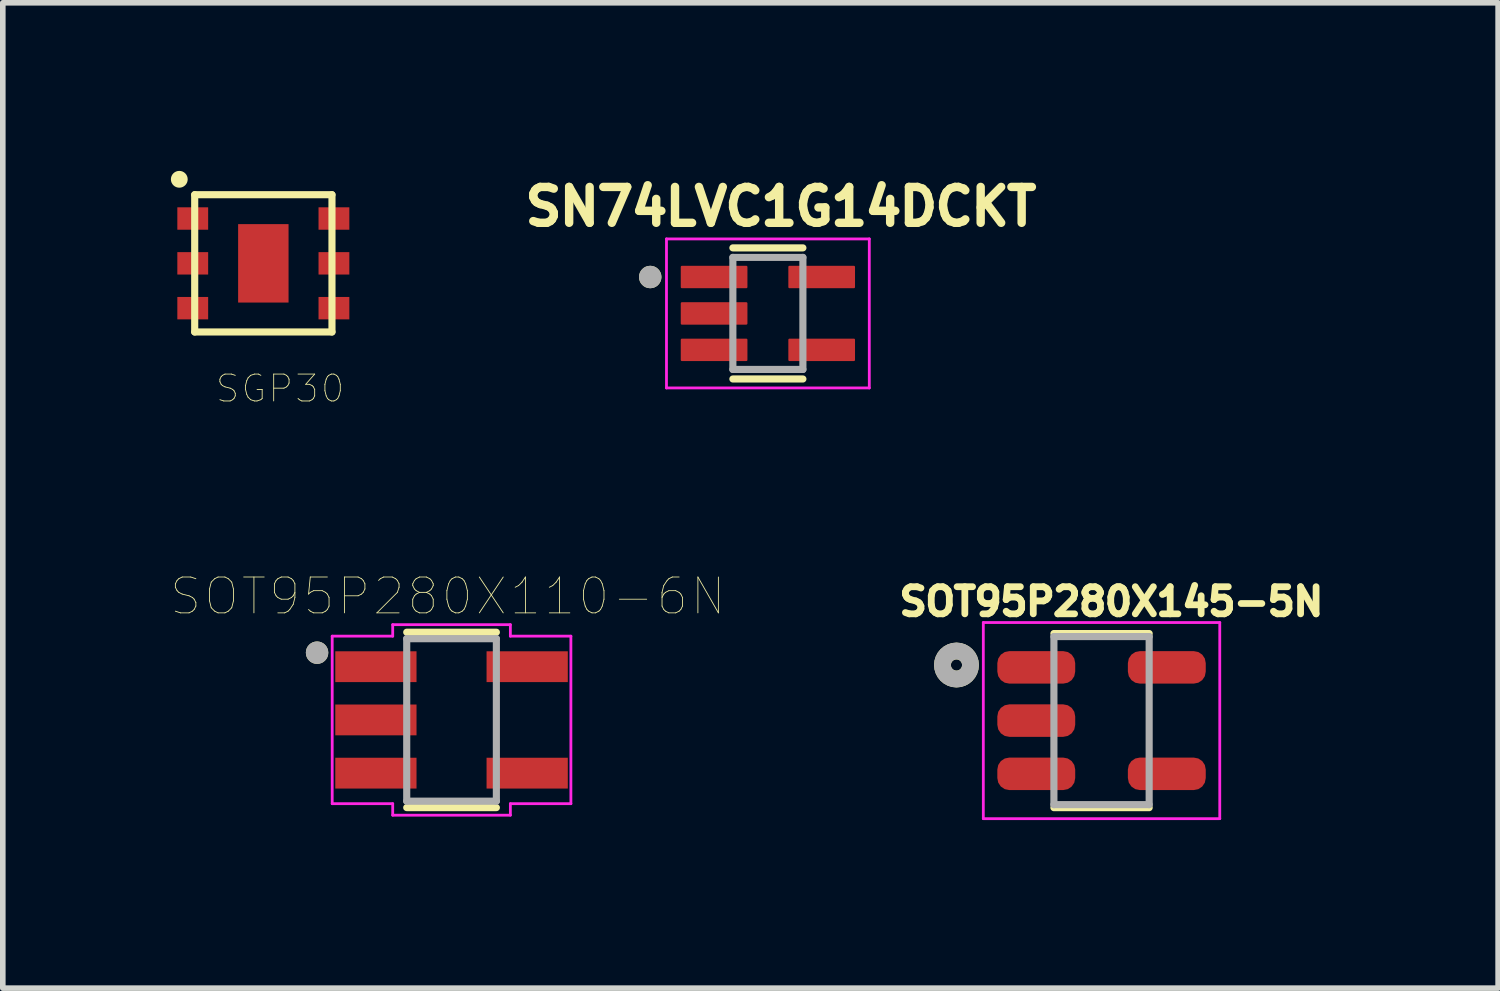
<source format=kicad_pcb>
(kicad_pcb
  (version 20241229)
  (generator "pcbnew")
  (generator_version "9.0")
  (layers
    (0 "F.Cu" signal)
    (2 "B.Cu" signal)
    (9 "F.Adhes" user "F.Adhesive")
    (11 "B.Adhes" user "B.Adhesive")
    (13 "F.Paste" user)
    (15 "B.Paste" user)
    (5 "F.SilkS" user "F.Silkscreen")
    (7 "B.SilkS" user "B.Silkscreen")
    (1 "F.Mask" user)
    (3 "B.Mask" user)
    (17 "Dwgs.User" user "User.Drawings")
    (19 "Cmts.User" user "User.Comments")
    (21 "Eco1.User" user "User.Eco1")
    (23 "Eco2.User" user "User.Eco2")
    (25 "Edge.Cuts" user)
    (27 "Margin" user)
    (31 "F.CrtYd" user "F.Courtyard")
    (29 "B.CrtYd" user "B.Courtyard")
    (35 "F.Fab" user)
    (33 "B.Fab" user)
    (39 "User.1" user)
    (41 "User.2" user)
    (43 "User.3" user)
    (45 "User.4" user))
  (footprint "SOT95P280X145-5N"
    (layer "F.Cu")
    (at 16.61 9.811)
    (property "Reference" "SOT95P280X145-5N" (at 0.176 -2.123 0) (layer "F.SilkS") (effects (font (size 0.484 0.484) (thickness 0.15))))
    (attr through_hole)
    (fp_line (start -0.85 1.554) (end 0.85 1.554) (stroke (width 0.127) (type solid)) (layer "F.SilkS"))
    (fp_line (start 0.85 -1.554) (end -0.85 -1.554) (stroke (width 0.127) (type solid)) (layer "F.SilkS"))
    (fp_circle (center -2.589 -0.992) (end -2.489 -0.992) (stroke (width 0.3) (type solid)) (fill no) (layer "F.SilkS"))
    (fp_line (start -2.11 -1.75) (end -2.11 1.75) (stroke (width 0.05) (type solid)) (layer "F.CrtYd"))
    (fp_line (start -2.11 1.75) (end 2.11 1.75) (stroke (width 0.05) (type solid)) (layer "F.CrtYd"))
    (fp_line (start 2.11 -1.75) (end -2.11 -1.75) (stroke (width 0.05) (type solid)) (layer "F.CrtYd"))
    (fp_line (start 2.11 1.75) (end 2.11 -1.75) (stroke (width 0.05) (type solid)) (layer "F.CrtYd"))
    (fp_line (start -0.85 -1.5) (end -0.85 1.5) (stroke (width 0.127) (type solid)) (layer "F.Fab"))
    (fp_line (start -0.85 1.5) (end 0.85 1.5) (stroke (width 0.127) (type solid)) (layer "F.Fab"))
    (fp_line (start 0.85 -1.5) (end -0.85 -1.5) (stroke (width 0.127) (type solid)) (layer "F.Fab"))
    (fp_line (start 0.85 1.5) (end 0.85 -1.5) (stroke (width 0.127) (type solid)) (layer "F.Fab"))
    (fp_circle (center -2.589 -0.992) (end -2.489 -0.992) (stroke (width 0.3) (type solid)) (fill no) (layer "F.Fab"))
    (pad "1" smd roundrect (at -1.165 -0.95) (size 1.39 0.58) (layers "F.Cu" "F.Mask" "F.Paste") (roundrect_rratio 0.37))
    (pad "2" smd roundrect (at -1.165 0) (size 1.39 0.58) (layers "F.Cu" "F.Mask" "F.Paste") (roundrect_rratio 0.37))
    (pad "3" smd roundrect (at -1.165 0.95) (size 1.39 0.58) (layers "F.Cu" "F.Mask" "F.Paste") (roundrect_rratio 0.37))
    (pad "4" smd roundrect (at 1.165 0.95) (size 1.39 0.58) (layers "F.Cu" "F.Mask" "F.Paste") (roundrect_rratio 0.37))
    (pad "5" smd roundrect (at 1.165 -0.95) (size 1.39 0.58) (layers "F.Cu" "F.Mask" "F.Paste") (roundrect_rratio 0.37)))
  (footprint "SOT95P280X110-6N"
    (layer "F.Cu")
    (at 5.009 9.799)
    (property "Reference" "SOT95P280X110-6N" (at -0.068 -2.206 0) (layer "F.SilkS") (effects (font (size 0.64 0.64) (thickness 0.015))))
    (attr through_hole)
    (fp_line (start -0.8 -1.565) (end 0.8 -1.565) (stroke (width 0.127) (type solid)) (layer "F.SilkS"))
    (fp_line (start -0.8 1.565) (end 0.8 1.565) (stroke (width 0.127) (type solid)) (layer "F.SilkS"))
    (fp_circle (center -2.4 -1.2) (end -2.3 -1.2) (stroke (width 0.2) (type solid)) (fill no) (layer "F.SilkS"))
    (fp_line (start -2.13 -1.495) (end -2.13 1.495) (stroke (width 0.05) (type solid)) (layer "F.CrtYd"))
    (fp_line (start -2.13 1.495) (end -1.05 1.495) (stroke (width 0.05) (type solid)) (layer "F.CrtYd"))
    (fp_line (start -1.05 -1.7) (end -1.05 -1.495) (stroke (width 0.05) (type solid)) (layer "F.CrtYd"))
    (fp_line (start -1.05 -1.495) (end -2.13 -1.495) (stroke (width 0.05) (type solid)) (layer "F.CrtYd"))
    (fp_line (start -1.05 1.495) (end -1.05 1.7) (stroke (width 0.05) (type solid)) (layer "F.CrtYd"))
    (fp_line (start -1.05 1.7) (end 1.05 1.7) (stroke (width 0.05) (type solid)) (layer "F.CrtYd"))
    (fp_line (start 1.05 -1.7) (end -1.05 -1.7) (stroke (width 0.05) (type solid)) (layer "F.CrtYd"))
    (fp_line (start 1.05 -1.495) (end 1.05 -1.7) (stroke (width 0.05) (type solid)) (layer "F.CrtYd"))
    (fp_line (start 1.05 1.495) (end 2.13 1.495) (stroke (width 0.05) (type solid)) (layer "F.CrtYd"))
    (fp_line (start 1.05 1.7) (end 1.05 1.495) (stroke (width 0.05) (type solid)) (layer "F.CrtYd"))
    (fp_line (start 2.13 -1.495) (end 1.05 -1.495) (stroke (width 0.05) (type solid)) (layer "F.CrtYd"))
    (fp_line (start 2.13 1.495) (end 2.13 -1.495) (stroke (width 0.05) (type solid)) (layer "F.CrtYd"))
    (fp_line (start -0.8 -1.45) (end -0.8 1.45) (stroke (width 0.127) (type solid)) (layer "F.Fab"))
    (fp_line (start -0.8 1.45) (end 0.8 1.45) (stroke (width 0.127) (type solid)) (layer "F.Fab"))
    (fp_line (start 0.8 -1.45) (end -0.8 -1.45) (stroke (width 0.127) (type solid)) (layer "F.Fab"))
    (fp_line (start 0.8 1.45) (end 0.8 -1.45) (stroke (width 0.127) (type solid)) (layer "F.Fab"))
    (fp_circle (center -2.4 -1.2) (end -2.3 -1.2) (stroke (width 0.2) (type solid)) (fill no) (layer "F.Fab"))
    (pad "1" smd rect (at -1.35 -0.95) (size 1.45 0.55) (layers "F.Cu" "F.Mask" "F.Paste"))
    (pad "2" smd rect (at -1.35 0) (size 1.45 0.55) (layers "F.Cu" "F.Mask" "F.Paste"))
    (pad "3" smd rect (at -1.35 0.95) (size 1.45 0.55) (layers "F.Cu" "F.Mask" "F.Paste"))
    (pad "4" smd rect (at 1.35 0.95) (size 1.45 0.55) (layers "F.Cu" "F.Mask" "F.Paste"))
    (pad "5" smd rect (at 1.35 -0.95) (size 1.45 0.55) (layers "F.Cu" "F.Mask" "F.Paste")))
  (footprint "SN74LVC1G14DCKT"
    (layer "F.Cu")
    (at 10.655 2.544)
    (property "Reference" "SN74LVC1G14DCKT" (at 0.232 -1.906 0) (layer "F.SilkS") (effects (font (size 0.64 0.64) (thickness 0.15))))
    (attr smd)
    (fp_line (start -0.625 -1.17) (end 0.625 -1.17) (stroke (width 0.127) (type solid)) (layer "F.SilkS"))
    (fp_line (start 0.625 1.17) (end -0.625 1.17) (stroke (width 0.127) (type solid)) (layer "F.SilkS"))
    (fp_circle (center -2.1 -0.65) (end -2 -0.65) (stroke (width 0.2) (type solid)) (fill no) (layer "F.SilkS"))
    (fp_line (start -1.81 -1.33) (end 1.81 -1.33) (stroke (width 0.05) (type solid)) (layer "F.CrtYd"))
    (fp_line (start -1.81 1.33) (end -1.81 -1.33) (stroke (width 0.05) (type solid)) (layer "F.CrtYd"))
    (fp_line (start 1.81 -1.33) (end 1.81 1.33) (stroke (width 0.05) (type solid)) (layer "F.CrtYd"))
    (fp_line (start 1.81 1.33) (end -1.81 1.33) (stroke (width 0.05) (type solid)) (layer "F.CrtYd"))
    (fp_line (start -0.625 -1) (end 0.625 -1) (stroke (width 0.127) (type solid)) (layer "F.Fab"))
    (fp_line (start -0.625 1) (end -0.625 -1) (stroke (width 0.127) (type solid)) (layer "F.Fab"))
    (fp_line (start 0.625 -1) (end 0.625 1) (stroke (width 0.127) (type solid)) (layer "F.Fab"))
    (fp_line (start 0.625 1) (end -0.625 1) (stroke (width 0.127) (type solid)) (layer "F.Fab"))
    (fp_circle (center -2.1 -0.65) (end -2 -0.65) (stroke (width 0.2) (type solid)) (fill no) (layer "F.Fab"))
    (pad "1" smd roundrect (at -0.96 -0.65) (size 1.19 0.4) (layers "F.Cu" "F.Mask" "F.Paste") (roundrect_rratio 0.05))
    (pad "2" smd roundrect (at -0.96 0) (size 1.19 0.4) (layers "F.Cu" "F.Mask" "F.Paste") (roundrect_rratio 0.05))
    (pad "3" smd roundrect (at -0.96 0.65) (size 1.19 0.4) (layers "F.Cu" "F.Mask" "F.Paste") (roundrect_rratio 0.05))
    (pad "4" smd roundrect (at 0.96 0.65) (size 1.19 0.4) (layers "F.Cu" "F.Mask" "F.Paste") (roundrect_rratio 0.05))
    (pad "5" smd roundrect (at 0.96 -0.65) (size 1.19 0.4) (layers "F.Cu" "F.Mask" "F.Paste") (roundrect_rratio 0.05)))
  (footprint "SGP30"
    (layer "F.Cu")
    (at 1.65 1.65)
    (property "Reference" "SGP30" (at 0.299 2.235 0) (layer "F.SilkS") (effects (font (size 0.48 0.48) (thickness 0.015))))
    (attr through_hole)
    (fp_line (start -1.225 -1.225) (end -1.225 1.225) (stroke (width 0.127) (type solid)) (layer "F.SilkS"))
    (fp_line (start -1.225 1.225) (end 1.225 1.225) (stroke (width 0.127) (type solid)) (layer "F.SilkS"))
    (fp_line (start 1.225 -1.225) (end -1.225 -1.225) (stroke (width 0.127) (type solid)) (layer "F.SilkS"))
    (fp_line (start 1.225 1.225) (end 1.225 -1.225) (stroke (width 0.127) (type solid)) (layer "F.SilkS"))
    (fp_circle (center -1.5 -1.5) (end -1.35 -1.5) (stroke (width 0) (type solid)) (fill yes) (layer "F.SilkS"))
    (pad "1" smd rect (at -1.26 -0.8) (size 0.55 0.4) (layers "F.Cu" "F.Mask" "F.Paste"))
    (pad "2" smd rect (at -1.26 0) (size 0.55 0.4) (layers "F.Cu" "F.Mask" "F.Paste"))
    (pad "3" smd rect (at -1.26 0.8) (size 0.55 0.4) (layers "F.Cu" "F.Mask" "F.Paste"))
    (pad "4" smd rect (at 1.26 0.8) (size 0.55 0.4) (layers "F.Cu" "F.Mask" "F.Paste"))
    (pad "5" smd rect (at 1.26 0) (size 0.55 0.4) (layers "F.Cu" "F.Mask" "F.Paste"))
    (pad "6" smd rect (at 1.26 -0.8) (size 0.55 0.4) (layers "F.Cu" "F.Mask" "F.Paste"))
    (pad "P$7" smd rect (at 0 0) (size 0.9 1.4) (layers "F.Cu" "F.Mask" "F.Paste")))
  (gr_rect
    (start -3 -3)
    (end 23.688 14.586)
    (stroke (width 0.1) (type default))
    (fill no)
    (layer "Edge.Cuts")))
</source>
